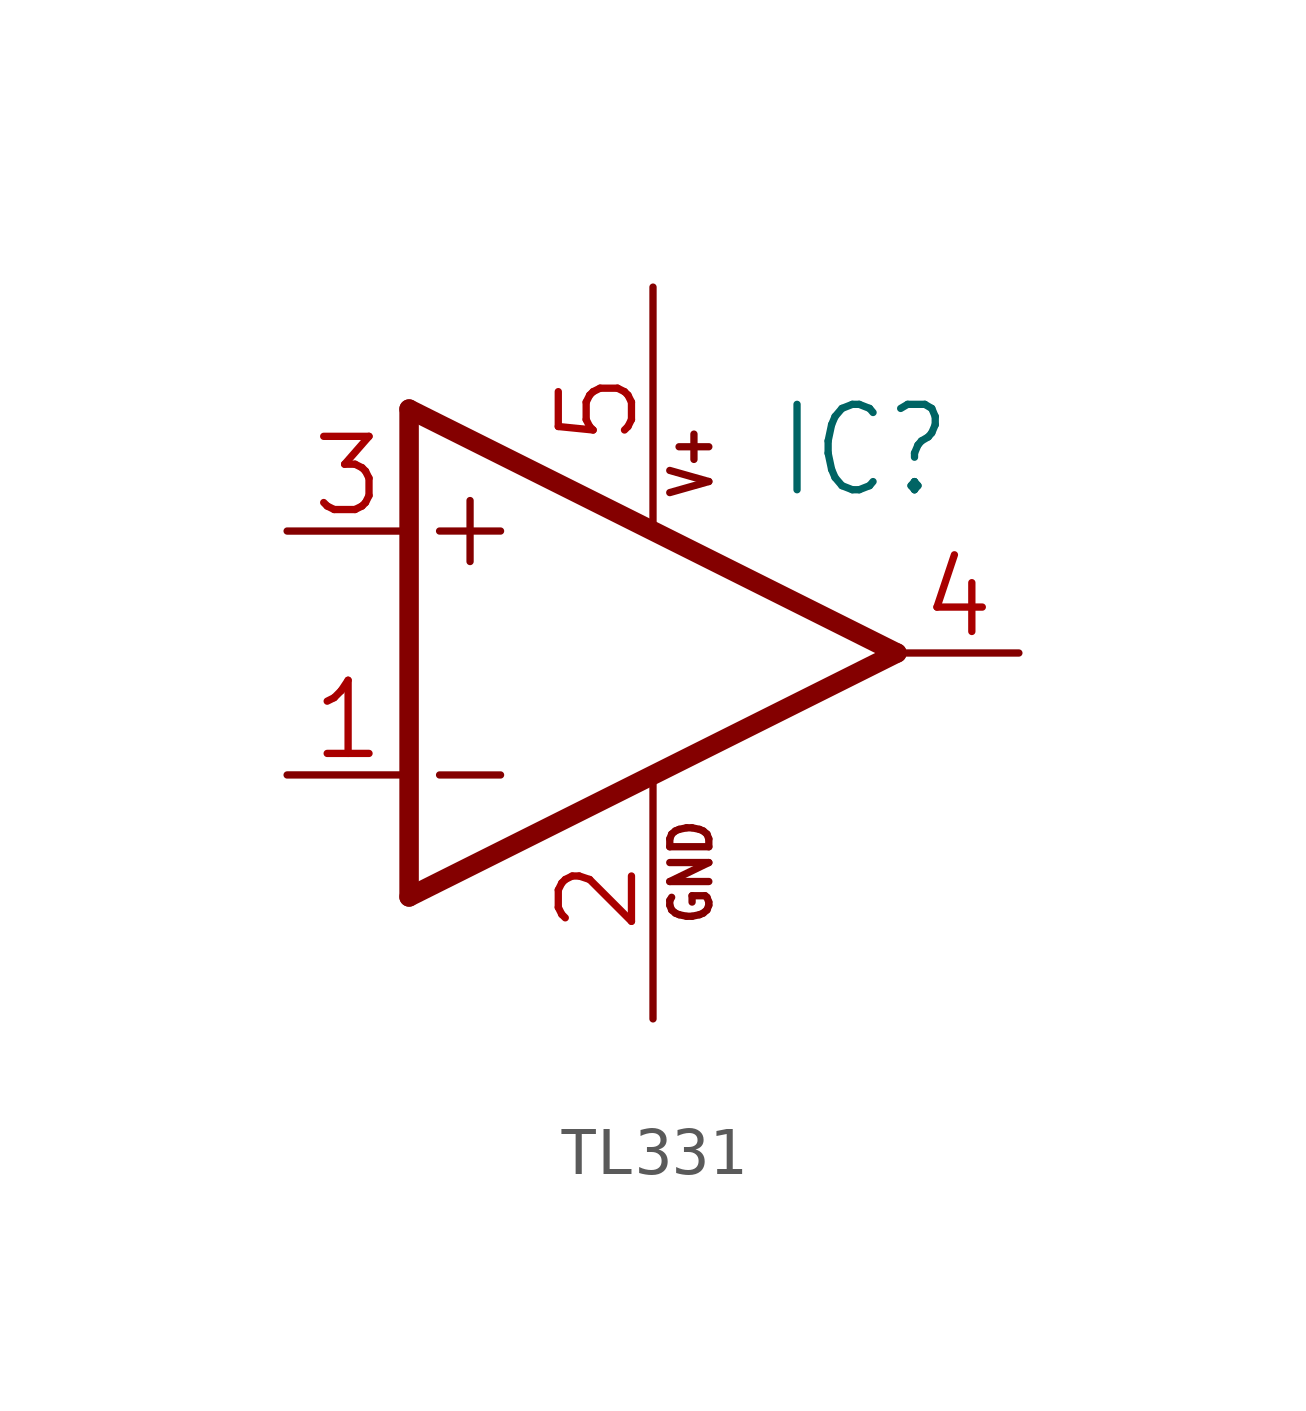
<source format=kicad_sym>
(kicad_symbol_lib
  (version 20241209)
  (generator "kicad_symbol_editor")
  (generator_version "9.0")
  (symbol "TL331"
    (property "Reference" "IC"
      (at 2.54 3.175 0)
      (effects (font (size 1.778 1.511)) (justify left bottom)))
    (property "Value" ""
      (at 2.54 -5.08 0)
      (effects (font (size 1.778 1.511)) (justify left bottom)))
    (property "ki_locked" ""
      (at 0 0 0)
      (effects (font (size 1.27 1.27))))
    (symbol "TL331_1_0"
      (polyline (pts (xy -5.08 5.08) (xy -5.08 -5.08)) (stroke (width 0.406) (type solid)) (fill (type none)))
      (polyline (pts (xy -5.08 -5.08) (xy 5.08 0)) (stroke (width 0.406) (type solid)) (fill (type none)))
      (polyline (pts (xy -4.445 2.54) (xy -3.175 2.54)) (stroke (width 0.152) (type solid)) (fill (type none)))
      (polyline (pts (xy -4.445 -2.54) (xy -3.175 -2.54)) (stroke (width 0.152) (type solid)) (fill (type none)))
      (polyline (pts (xy -3.81 3.175) (xy -3.81 1.905)) (stroke (width 0.152) (type solid)) (fill (type none)))
      (polyline (pts (xy 5.08 0) (xy -5.08 5.08)) (stroke (width 0.406) (type solid)) (fill (type none)))
      (text "V+" (at 1.27 3.175 900) (effects (font (size 0.813 0.691)) (justify left bottom)))
      (text "GND" (at 1.27 -5.715 900) (effects (font (size 0.813 0.691)) (justify left bottom)))
      (pin input line (at -7.62 2.54 0) (length 2.54) (name "+IN" (effects (font (size 0 0)))) (number "3" (effects (font (size 1.524 1.524)))))
      (pin input line (at -7.62 -2.54 0) (length 2.54) (name "-IN" (effects (font (size 0 0)))) (number "1" (effects (font (size 1.524 1.524)))))
      (pin power_in line (at 0 7.62 270) (length 5.08) (name "V+" (effects (font (size 0 0)))) (number "5" (effects (font (size 1.524 1.524)))))
      (pin power_in line (at 0 -7.62 90) (length 5.08) (name "GND" (effects (font (size 0 0)))) (number "2" (effects (font (size 1.524 1.524)))))
      (pin output line (at 7.62 0 180) (length 2.54) (name "OUT" (effects (font (size 0 0)))) (number "4" (effects (font (size 1.524 1.524))))))))
</source>
